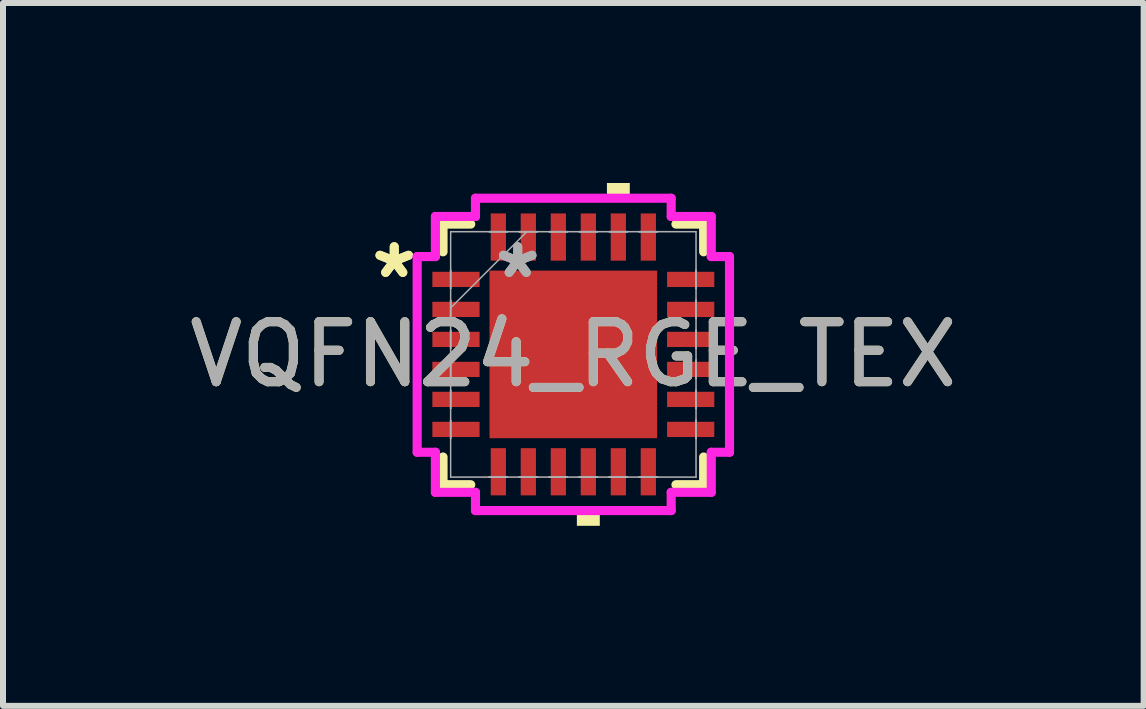
<source format=kicad_pcb>
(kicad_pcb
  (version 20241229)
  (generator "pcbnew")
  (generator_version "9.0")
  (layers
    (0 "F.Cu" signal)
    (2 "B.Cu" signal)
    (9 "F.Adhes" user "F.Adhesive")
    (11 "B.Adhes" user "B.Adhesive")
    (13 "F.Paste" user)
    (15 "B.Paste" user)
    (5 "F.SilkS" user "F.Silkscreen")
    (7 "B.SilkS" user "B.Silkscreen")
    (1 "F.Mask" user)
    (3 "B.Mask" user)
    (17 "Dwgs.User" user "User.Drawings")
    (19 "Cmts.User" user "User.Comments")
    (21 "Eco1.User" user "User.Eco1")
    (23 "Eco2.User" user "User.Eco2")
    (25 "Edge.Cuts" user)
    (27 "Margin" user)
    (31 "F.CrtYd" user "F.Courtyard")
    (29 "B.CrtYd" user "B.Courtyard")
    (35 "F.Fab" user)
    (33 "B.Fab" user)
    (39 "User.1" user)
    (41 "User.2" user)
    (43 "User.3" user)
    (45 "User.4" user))
  (footprint "VQFN24_RGE_TEX"
    (layer "F.Cu")
    (at 6.506 2.857)
    (property "Reference" "VQFN24_RGE_TEX" (at 0 0 0) (unlocked yes) (layer "F.SilkS") (effects (font (size 1 1) (thickness 0.15))))
    (attr smd)
    (fp_line (start -2.172 -2.172) (end -2.172 -1.71) (stroke (width 0.152) (type solid)) (layer "F.SilkS"))
    (fp_line (start -2.172 1.71) (end -2.172 2.172) (stroke (width 0.152) (type solid)) (layer "F.SilkS"))
    (fp_line (start -2.172 2.172) (end -1.71 2.172) (stroke (width 0.152) (type solid)) (layer "F.SilkS"))
    (fp_line (start -1.71 -2.172) (end -2.172 -2.172) (stroke (width 0.152) (type solid)) (layer "F.SilkS"))
    (fp_line (start 1.71 2.172) (end 2.172 2.172) (stroke (width 0.152) (type solid)) (layer "F.SilkS"))
    (fp_line (start 2.172 -2.172) (end 1.71 -2.172) (stroke (width 0.152) (type solid)) (layer "F.SilkS"))
    (fp_line (start 2.172 -1.71) (end 2.172 -2.172) (stroke (width 0.152) (type solid)) (layer "F.SilkS"))
    (fp_line (start 2.172 2.172) (end 2.172 1.71) (stroke (width 0.152) (type solid)) (layer "F.SilkS"))
    (fp_poly (pts (xy 0.059 2.603) (xy 0.059 2.857) (xy 0.441 2.857) (xy 0.441 2.603)) (stroke (width 0) (type solid)) (fill yes) (layer "F.SilkS"))
    (fp_poly (pts (xy 0.56 -2.603) (xy 0.56 -2.857) (xy 0.941 -2.857) (xy 0.941 -2.603)) (stroke (width 0) (type solid)) (fill yes) (layer "F.SilkS"))
    (fp_line (start -2.603 -1.631) (end -2.299 -1.631) (stroke (width 0.152) (type solid)) (layer "F.CrtYd"))
    (fp_line (start -2.603 1.631) (end -2.603 -1.631) (stroke (width 0.152) (type solid)) (layer "F.CrtYd"))
    (fp_line (start -2.299 -2.299) (end -1.631 -2.299) (stroke (width 0.152) (type solid)) (layer "F.CrtYd"))
    (fp_line (start -2.299 -1.631) (end -2.299 -2.299) (stroke (width 0.152) (type solid)) (layer "F.CrtYd"))
    (fp_line (start -2.299 1.631) (end -2.603 1.631) (stroke (width 0.152) (type solid)) (layer "F.CrtYd"))
    (fp_line (start -2.299 2.299) (end -2.299 1.631) (stroke (width 0.152) (type solid)) (layer "F.CrtYd"))
    (fp_line (start -1.631 -2.603) (end 1.631 -2.603) (stroke (width 0.152) (type solid)) (layer "F.CrtYd"))
    (fp_line (start -1.631 -2.299) (end -1.631 -2.603) (stroke (width 0.152) (type solid)) (layer "F.CrtYd"))
    (fp_line (start -1.631 2.299) (end -2.299 2.299) (stroke (width 0.152) (type solid)) (layer "F.CrtYd"))
    (fp_line (start -1.631 2.603) (end -1.631 2.299) (stroke (width 0.152) (type solid)) (layer "F.CrtYd"))
    (fp_line (start 1.631 -2.603) (end 1.631 -2.299) (stroke (width 0.152) (type solid)) (layer "F.CrtYd"))
    (fp_line (start 1.631 -2.299) (end 2.299 -2.299) (stroke (width 0.152) (type solid)) (layer "F.CrtYd"))
    (fp_line (start 1.631 2.299) (end 1.631 2.603) (stroke (width 0.152) (type solid)) (layer "F.CrtYd"))
    (fp_line (start 1.631 2.603) (end -1.631 2.603) (stroke (width 0.152) (type solid)) (layer "F.CrtYd"))
    (fp_line (start 2.299 -2.299) (end 2.299 -1.631) (stroke (width 0.152) (type solid)) (layer "F.CrtYd"))
    (fp_line (start 2.299 -1.631) (end 2.603 -1.631) (stroke (width 0.152) (type solid)) (layer "F.CrtYd"))
    (fp_line (start 2.299 1.631) (end 2.299 2.299) (stroke (width 0.152) (type solid)) (layer "F.CrtYd"))
    (fp_line (start 2.299 2.299) (end 1.631 2.299) (stroke (width 0.152) (type solid)) (layer "F.CrtYd"))
    (fp_line (start 2.603 -1.631) (end 2.603 1.631) (stroke (width 0.152) (type solid)) (layer "F.CrtYd"))
    (fp_line (start 2.603 1.631) (end 2.299 1.631) (stroke (width 0.152) (type solid)) (layer "F.CrtYd"))
    (fp_line (start -2.045 -2.045) (end -2.045 2.045) (stroke (width 0.025) (type solid)) (layer "F.Fab"))
    (fp_line (start -2.045 -1.402) (end -2.045 -1.402) (stroke (width 0.025) (type solid)) (layer "F.Fab"))
    (fp_line (start -2.045 -1.402) (end -2.045 -1.098) (stroke (width 0.025) (type solid)) (layer "F.Fab"))
    (fp_line (start -2.045 -1.098) (end -2.045 -1.402) (stroke (width 0.025) (type solid)) (layer "F.Fab"))
    (fp_line (start -2.045 -1.098) (end -2.045 -1.098) (stroke (width 0.025) (type solid)) (layer "F.Fab"))
    (fp_line (start -2.045 -0.902) (end -2.045 -0.902) (stroke (width 0.025) (type solid)) (layer "F.Fab"))
    (fp_line (start -2.045 -0.902) (end -2.045 -0.598) (stroke (width 0.025) (type solid)) (layer "F.Fab"))
    (fp_line (start -2.045 -0.775) (end -0.775 -2.045) (stroke (width 0.025) (type solid)) (layer "F.Fab"))
    (fp_line (start -2.045 -0.598) (end -2.045 -0.902) (stroke (width 0.025) (type solid)) (layer "F.Fab"))
    (fp_line (start -2.045 -0.598) (end -2.045 -0.598) (stroke (width 0.025) (type solid)) (layer "F.Fab"))
    (fp_line (start -2.045 -0.402) (end -2.045 -0.402) (stroke (width 0.025) (type solid)) (layer "F.Fab"))
    (fp_line (start -2.045 -0.402) (end -2.045 -0.098) (stroke (width 0.025) (type solid)) (layer "F.Fab"))
    (fp_line (start -2.045 -0.098) (end -2.045 -0.402) (stroke (width 0.025) (type solid)) (layer "F.Fab"))
    (fp_line (start -2.045 -0.098) (end -2.045 -0.098) (stroke (width 0.025) (type solid)) (layer "F.Fab"))
    (fp_line (start -2.045 0.098) (end -2.045 0.098) (stroke (width 0.025) (type solid)) (layer "F.Fab"))
    (fp_line (start -2.045 0.098) (end -2.045 0.402) (stroke (width 0.025) (type solid)) (layer "F.Fab"))
    (fp_line (start -2.045 0.402) (end -2.045 0.098) (stroke (width 0.025) (type solid)) (layer "F.Fab"))
    (fp_line (start -2.045 0.402) (end -2.045 0.402) (stroke (width 0.025) (type solid)) (layer "F.Fab"))
    (fp_line (start -2.045 0.598) (end -2.045 0.598) (stroke (width 0.025) (type solid)) (layer "F.Fab"))
    (fp_line (start -2.045 0.598) (end -2.045 0.902) (stroke (width 0.025) (type solid)) (layer "F.Fab"))
    (fp_line (start -2.045 0.902) (end -2.045 0.598) (stroke (width 0.025) (type solid)) (layer "F.Fab"))
    (fp_line (start -2.045 0.902) (end -2.045 0.902) (stroke (width 0.025) (type solid)) (layer "F.Fab"))
    (fp_line (start -2.045 1.098) (end -2.045 1.098) (stroke (width 0.025) (type solid)) (layer "F.Fab"))
    (fp_line (start -2.045 1.098) (end -2.045 1.402) (stroke (width 0.025) (type solid)) (layer "F.Fab"))
    (fp_line (start -2.045 1.402) (end -2.045 1.098) (stroke (width 0.025) (type solid)) (layer "F.Fab"))
    (fp_line (start -2.045 1.402) (end -2.045 1.402) (stroke (width 0.025) (type solid)) (layer "F.Fab"))
    (fp_line (start -2.045 2.045) (end 2.045 2.045) (stroke (width 0.025) (type solid)) (layer "F.Fab"))
    (fp_line (start -1.402 -2.045) (end -1.402 -2.045) (stroke (width 0.025) (type solid)) (layer "F.Fab"))
    (fp_line (start -1.402 -2.045) (end -1.098 -2.045) (stroke (width 0.025) (type solid)) (layer "F.Fab"))
    (fp_line (start -1.402 2.045) (end -1.402 2.045) (stroke (width 0.025) (type solid)) (layer "F.Fab"))
    (fp_line (start -1.402 2.045) (end -1.098 2.045) (stroke (width 0.025) (type solid)) (layer "F.Fab"))
    (fp_line (start -1.098 -2.045) (end -1.402 -2.045) (stroke (width 0.025) (type solid)) (layer "F.Fab"))
    (fp_line (start -1.098 -2.045) (end -1.098 -2.045) (stroke (width 0.025) (type solid)) (layer "F.Fab"))
    (fp_line (start -1.098 2.045) (end -1.402 2.045) (stroke (width 0.025) (type solid)) (layer "F.Fab"))
    (fp_line (start -1.098 2.045) (end -1.098 2.045) (stroke (width 0.025) (type solid)) (layer "F.Fab"))
    (fp_line (start -0.902 -2.045) (end -0.902 -2.045) (stroke (width 0.025) (type solid)) (layer "F.Fab"))
    (fp_line (start -0.902 -2.045) (end -0.598 -2.045) (stroke (width 0.025) (type solid)) (layer "F.Fab"))
    (fp_line (start -0.902 2.045) (end -0.902 2.045) (stroke (width 0.025) (type solid)) (layer "F.Fab"))
    (fp_line (start -0.902 2.045) (end -0.598 2.045) (stroke (width 0.025) (type solid)) (layer "F.Fab"))
    (fp_line (start -0.598 -2.045) (end -0.902 -2.045) (stroke (width 0.025) (type solid)) (layer "F.Fab"))
    (fp_line (start -0.598 -2.045) (end -0.598 -2.045) (stroke (width 0.025) (type solid)) (layer "F.Fab"))
    (fp_line (start -0.598 2.045) (end -0.902 2.045) (stroke (width 0.025) (type solid)) (layer "F.Fab"))
    (fp_line (start -0.598 2.045) (end -0.598 2.045) (stroke (width 0.025) (type solid)) (layer "F.Fab"))
    (fp_line (start -0.402 -2.045) (end -0.402 -2.045) (stroke (width 0.025) (type solid)) (layer "F.Fab"))
    (fp_line (start -0.402 -2.045) (end -0.098 -2.045) (stroke (width 0.025) (type solid)) (layer "F.Fab"))
    (fp_line (start -0.402 2.045) (end -0.402 2.045) (stroke (width 0.025) (type solid)) (layer "F.Fab"))
    (fp_line (start -0.402 2.045) (end -0.098 2.045) (stroke (width 0.025) (type solid)) (layer "F.Fab"))
    (fp_line (start -0.098 -2.045) (end -0.402 -2.045) (stroke (width 0.025) (type solid)) (layer "F.Fab"))
    (fp_line (start -0.098 -2.045) (end -0.098 -2.045) (stroke (width 0.025) (type solid)) (layer "F.Fab"))
    (fp_line (start -0.098 2.045) (end -0.402 2.045) (stroke (width 0.025) (type solid)) (layer "F.Fab"))
    (fp_line (start -0.098 2.045) (end -0.098 2.045) (stroke (width 0.025) (type solid)) (layer "F.Fab"))
    (fp_line (start 0.098 -2.045) (end 0.098 -2.045) (stroke (width 0.025) (type solid)) (layer "F.Fab"))
    (fp_line (start 0.098 -2.045) (end 0.402 -2.045) (stroke (width 0.025) (type solid)) (layer "F.Fab"))
    (fp_line (start 0.098 2.045) (end 0.098 2.045) (stroke (width 0.025) (type solid)) (layer "F.Fab"))
    (fp_line (start 0.098 2.045) (end 0.402 2.045) (stroke (width 0.025) (type solid)) (layer "F.Fab"))
    (fp_line (start 0.402 -2.045) (end 0.098 -2.045) (stroke (width 0.025) (type solid)) (layer "F.Fab"))
    (fp_line (start 0.402 -2.045) (end 0.402 -2.045) (stroke (width 0.025) (type solid)) (layer "F.Fab"))
    (fp_line (start 0.402 2.045) (end 0.098 2.045) (stroke (width 0.025) (type solid)) (layer "F.Fab"))
    (fp_line (start 0.402 2.045) (end 0.402 2.045) (stroke (width 0.025) (type solid)) (layer "F.Fab"))
    (fp_line (start 0.598 -2.045) (end 0.598 -2.045) (stroke (width 0.025) (type solid)) (layer "F.Fab"))
    (fp_line (start 0.598 -2.045) (end 0.902 -2.045) (stroke (width 0.025) (type solid)) (layer "F.Fab"))
    (fp_line (start 0.598 2.045) (end 0.598 2.045) (stroke (width 0.025) (type solid)) (layer "F.Fab"))
    (fp_line (start 0.598 2.045) (end 0.902 2.045) (stroke (width 0.025) (type solid)) (layer "F.Fab"))
    (fp_line (start 0.902 -2.045) (end 0.598 -2.045) (stroke (width 0.025) (type solid)) (layer "F.Fab"))
    (fp_line (start 0.902 -2.045) (end 0.902 -2.045) (stroke (width 0.025) (type solid)) (layer "F.Fab"))
    (fp_line (start 0.902 2.045) (end 0.598 2.045) (stroke (width 0.025) (type solid)) (layer "F.Fab"))
    (fp_line (start 0.902 2.045) (end 0.902 2.045) (stroke (width 0.025) (type solid)) (layer "F.Fab"))
    (fp_line (start 1.098 -2.045) (end 1.098 -2.045) (stroke (width 0.025) (type solid)) (layer "F.Fab"))
    (fp_line (start 1.098 -2.045) (end 1.402 -2.045) (stroke (width 0.025) (type solid)) (layer "F.Fab"))
    (fp_line (start 1.098 2.045) (end 1.098 2.045) (stroke (width 0.025) (type solid)) (layer "F.Fab"))
    (fp_line (start 1.098 2.045) (end 1.402 2.045) (stroke (width 0.025) (type solid)) (layer "F.Fab"))
    (fp_line (start 1.402 -2.045) (end 1.098 -2.045) (stroke (width 0.025) (type solid)) (layer "F.Fab"))
    (fp_line (start 1.402 -2.045) (end 1.402 -2.045) (stroke (width 0.025) (type solid)) (layer "F.Fab"))
    (fp_line (start 1.402 2.045) (end 1.098 2.045) (stroke (width 0.025) (type solid)) (layer "F.Fab"))
    (fp_line (start 1.402 2.045) (end 1.402 2.045) (stroke (width 0.025) (type solid)) (layer "F.Fab"))
    (fp_line (start 2.045 -2.045) (end -2.045 -2.045) (stroke (width 0.025) (type solid)) (layer "F.Fab"))
    (fp_line (start 2.045 -1.402) (end 2.045 -1.402) (stroke (width 0.025) (type solid)) (layer "F.Fab"))
    (fp_line (start 2.045 -1.402) (end 2.045 -1.098) (stroke (width 0.025) (type solid)) (layer "F.Fab"))
    (fp_line (start 2.045 -1.098) (end 2.045 -1.402) (stroke (width 0.025) (type solid)) (layer "F.Fab"))
    (fp_line (start 2.045 -1.098) (end 2.045 -1.098) (stroke (width 0.025) (type solid)) (layer "F.Fab"))
    (fp_line (start 2.045 -0.902) (end 2.045 -0.902) (stroke (width 0.025) (type solid)) (layer "F.Fab"))
    (fp_line (start 2.045 -0.902) (end 2.045 -0.598) (stroke (width 0.025) (type solid)) (layer "F.Fab"))
    (fp_line (start 2.045 -0.598) (end 2.045 -0.902) (stroke (width 0.025) (type solid)) (layer "F.Fab"))
    (fp_line (start 2.045 -0.598) (end 2.045 -0.598) (stroke (width 0.025) (type solid)) (layer "F.Fab"))
    (fp_line (start 2.045 -0.402) (end 2.045 -0.402) (stroke (width 0.025) (type solid)) (layer "F.Fab"))
    (fp_line (start 2.045 -0.402) (end 2.045 -0.098) (stroke (width 0.025) (type solid)) (layer "F.Fab"))
    (fp_line (start 2.045 -0.098) (end 2.045 -0.402) (stroke (width 0.025) (type solid)) (layer "F.Fab"))
    (fp_line (start 2.045 -0.098) (end 2.045 -0.098) (stroke (width 0.025) (type solid)) (layer "F.Fab"))
    (fp_line (start 2.045 0.098) (end 2.045 0.098) (stroke (width 0.025) (type solid)) (layer "F.Fab"))
    (fp_line (start 2.045 0.098) (end 2.045 0.402) (stroke (width 0.025) (type solid)) (layer "F.Fab"))
    (fp_line (start 2.045 0.402) (end 2.045 0.098) (stroke (width 0.025) (type solid)) (layer "F.Fab"))
    (fp_line (start 2.045 0.402) (end 2.045 0.402) (stroke (width 0.025) (type solid)) (layer "F.Fab"))
    (fp_line (start 2.045 0.598) (end 2.045 0.598) (stroke (width 0.025) (type solid)) (layer "F.Fab"))
    (fp_line (start 2.045 0.598) (end 2.045 0.902) (stroke (width 0.025) (type solid)) (layer "F.Fab"))
    (fp_line (start 2.045 0.902) (end 2.045 0.598) (stroke (width 0.025) (type solid)) (layer "F.Fab"))
    (fp_line (start 2.045 0.902) (end 2.045 0.902) (stroke (width 0.025) (type solid)) (layer "F.Fab"))
    (fp_line (start 2.045 1.098) (end 2.045 1.098) (stroke (width 0.025) (type solid)) (layer "F.Fab"))
    (fp_line (start 2.045 1.098) (end 2.045 1.402) (stroke (width 0.025) (type solid)) (layer "F.Fab"))
    (fp_line (start 2.045 1.402) (end 2.045 1.098) (stroke (width 0.025) (type solid)) (layer "F.Fab"))
    (fp_line (start 2.045 1.402) (end 2.045 1.402) (stroke (width 0.025) (type solid)) (layer "F.Fab"))
    (fp_line (start 2.045 2.045) (end 2.045 -2.045) (stroke (width 0.025) (type solid)) (layer "F.Fab"))
    (fp_text user "*" (at -2.985 -1.25 0) (unlocked yes) (layer "F.SilkS") (effects (font (size 1 1) (thickness 0.15))))
    (fp_text user "*" (at -2.985 -1.25 0) (layer "F.SilkS") (effects (font (size 1 1) (thickness 0.15))))
    (fp_text user "*" (at -0.927 -1.25 0) (layer "F.Fab") (effects (font (size 1 1) (thickness 0.15))))
    (fp_text user "${REFERENCE}" (at 0 0 0) (unlocked yes) (layer "F.Fab") (effects (font (size 1 1) (thickness 0.15))))
    (fp_text user "*" (at -0.927 -1.25 0) (unlocked yes) (layer "F.Fab") (effects (font (size 1 1) (thickness 0.15))))
    (pad "1" smd rect (at -1.956 -1.25 90) (size 0.254 0.787) (layers "F.Cu" "F.Mask" "F.Paste"))
    (pad "2" smd rect (at -1.956 -0.75 90) (size 0.254 0.787) (layers "F.Cu" "F.Mask" "F.Paste"))
    (pad "3" smd rect (at -1.956 -0.25 90) (size 0.254 0.787) (layers "F.Cu" "F.Mask" "F.Paste"))
    (pad "4" smd rect (at -1.956 0.25 90) (size 0.254 0.787) (layers "F.Cu" "F.Mask" "F.Paste"))
    (pad "5" smd rect (at -1.956 0.75 90) (size 0.254 0.787) (layers "F.Cu" "F.Mask" "F.Paste"))
    (pad "6" smd rect (at -1.956 1.25 90) (size 0.254 0.787) (layers "F.Cu" "F.Mask" "F.Paste"))
    (pad "7" smd rect (at -1.25 1.956) (size 0.254 0.787) (layers "F.Cu" "F.Mask" "F.Paste"))
    (pad "8" smd rect (at -0.75 1.956) (size 0.254 0.787) (layers "F.Cu" "F.Mask" "F.Paste"))
    (pad "9" smd rect (at -0.25 1.956) (size 0.254 0.787) (layers "F.Cu" "F.Mask" "F.Paste"))
    (pad "10" smd rect (at 0.25 1.956) (size 0.254 0.787) (layers "F.Cu" "F.Mask" "F.Paste"))
    (pad "11" smd rect (at 0.75 1.956) (size 0.254 0.787) (layers "F.Cu" "F.Mask" "F.Paste"))
    (pad "12" smd rect (at 1.25 1.956) (size 0.254 0.787) (layers "F.Cu" "F.Mask" "F.Paste"))
    (pad "13" smd rect (at 1.956 1.25 90) (size 0.254 0.787) (layers "F.Cu" "F.Mask" "F.Paste"))
    (pad "14" smd rect (at 1.956 0.75 90) (size 0.254 0.787) (layers "F.Cu" "F.Mask" "F.Paste"))
    (pad "15" smd rect (at 1.956 0.25 90) (size 0.254 0.787) (layers "F.Cu" "F.Mask" "F.Paste"))
    (pad "16" smd rect (at 1.956 -0.25 90) (size 0.254 0.787) (layers "F.Cu" "F.Mask" "F.Paste"))
    (pad "17" smd rect (at 1.956 -0.75 90) (size 0.254 0.787) (layers "F.Cu" "F.Mask" "F.Paste"))
    (pad "18" smd rect (at 1.956 -1.25 90) (size 0.254 0.787) (layers "F.Cu" "F.Mask" "F.Paste"))
    (pad "19" smd rect (at 1.25 -1.956) (size 0.254 0.787) (layers "F.Cu" "F.Mask" "F.Paste"))
    (pad "20" smd rect (at 0.75 -1.956) (size 0.254 0.787) (layers "F.Cu" "F.Mask" "F.Paste"))
    (pad "21" smd rect (at 0.25 -1.956) (size 0.254 0.787) (layers "F.Cu" "F.Mask" "F.Paste"))
    (pad "22" smd rect (at -0.25 -1.956) (size 0.254 0.787) (layers "F.Cu" "F.Mask" "F.Paste"))
    (pad "23" smd rect (at -0.75 -1.956) (size 0.254 0.787) (layers "F.Cu" "F.Mask" "F.Paste"))
    (pad "24" smd rect (at -1.25 -1.956) (size 0.254 0.787) (layers "F.Cu" "F.Mask" "F.Paste"))
    (pad "25" smd rect (at 0 0) (size 2.794 2.794) (layers "F.Cu" "F.Mask" "F.Paste")))
  (gr_rect
    (start -3 -3)
    (end 16.012 8.715)
    (stroke (width 0.1) (type default))
    (fill no)
    (layer "Edge.Cuts")))
</source>
